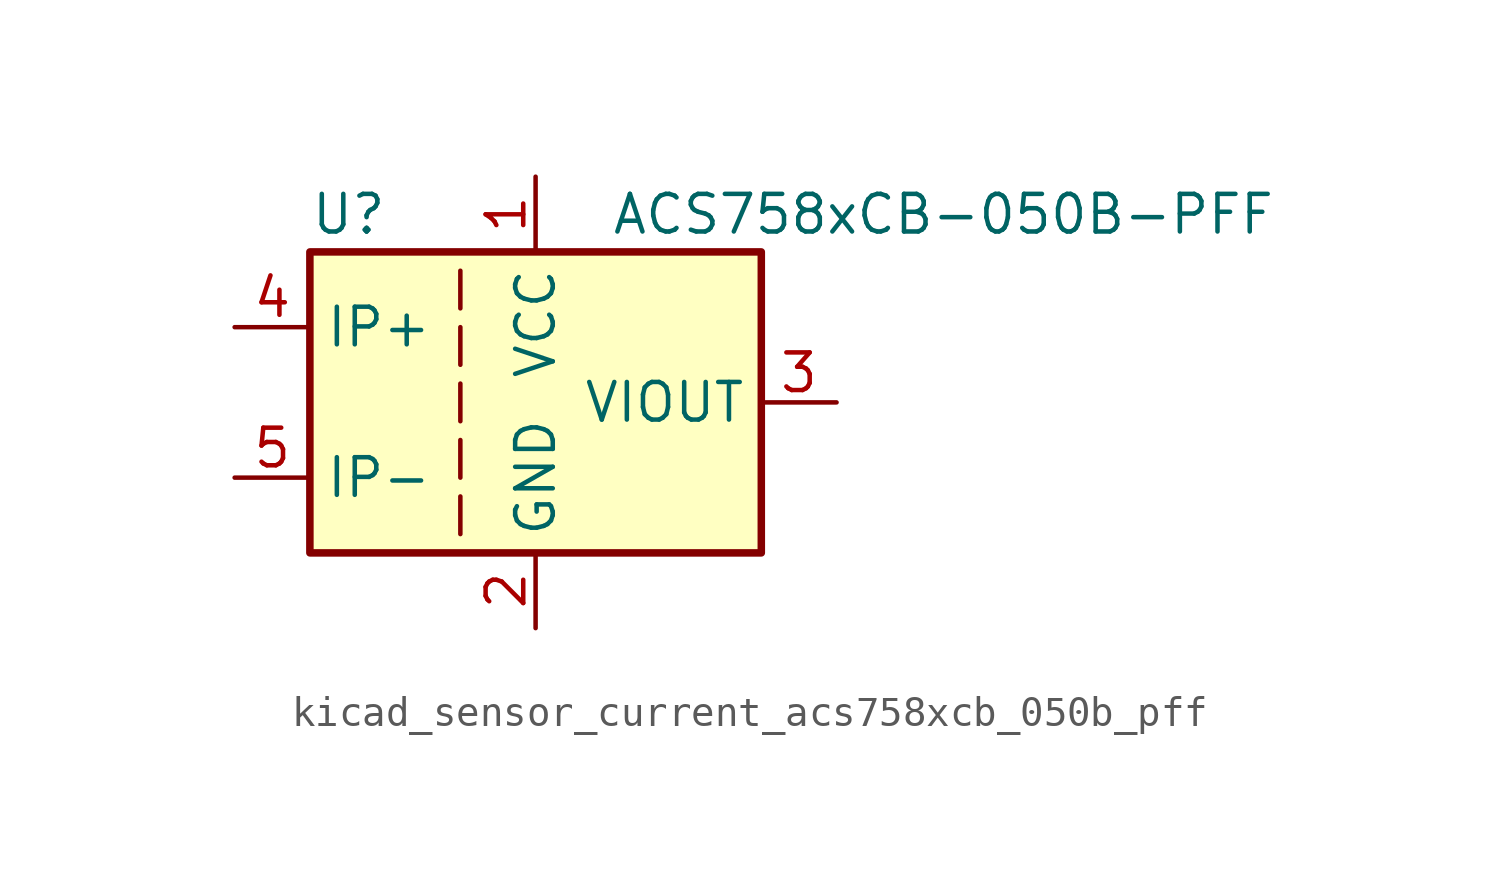
<source format=kicad_sym>
(kicad_symbol_lib
  (version 20220914)
  (generator kicad_symbol_editor)
  (symbol "kicad_sensor_current_acs758xcb_050b_pff"
    (property "Reference" "U"
      (at -7.62 6.35 0)
      (effects (font (size 1.27 1.27)) (justify left)))
    (property "Value" "ACS758xCB-050B-PFF"
      (at 2.54 6.35 0)
      (effects (font (size 1.27 1.27)) (justify left)))
    (symbol "kicad_sensor_current_acs758xcb_050b_pff_0_1"
      (rectangle (start -7.62 5.08) (end 7.62 -5.08) (stroke (width 0.254) (type default)) (fill (type background)))
      (polyline (pts (xy -2.54 -3.175) (xy -2.54 -4.445)) (stroke (width 0) (type default)) (fill (type none)))
      (polyline (pts (xy -2.54 -1.27) (xy -2.54 -2.54)) (stroke (width 0) (type default)) (fill (type none)))
      (polyline (pts (xy -2.54 0.635) (xy -2.54 -0.635)) (stroke (width 0) (type default)) (fill (type none)))
      (polyline (pts (xy -2.54 1.27) (xy -2.54 2.54)) (stroke (width 0) (type default)) (fill (type none)))
      (polyline (pts (xy -2.54 3.175) (xy -2.54 4.445)) (stroke (width 0) (type default)) (fill (type none))))
    (symbol "kicad_sensor_current_acs758xcb_050b_pff_1_1"
      (pin power_in line (at 0 7.62 270) (length 2.54) (name "VCC" (effects (font (size 1.27 1.27)))) (number "1" (effects (font (size 1.27 1.27)))))
      (pin power_in line (at 0 -7.62 90) (length 2.54) (name "GND" (effects (font (size 1.27 1.27)))) (number "2" (effects (font (size 1.27 1.27)))))
      (pin output line (at 10.16 0 180) (length 2.54) (name "VIOUT" (effects (font (size 1.27 1.27)))) (number "3" (effects (font (size 1.27 1.27)))))
      (pin passive line (at -10.16 2.54 0) (length 2.54) (name "IP+" (effects (font (size 1.27 1.27)))) (number "4" (effects (font (size 1.27 1.27)))))
      (pin passive line (at -10.16 -2.54 0) (length 2.54) (name "IP-" (effects (font (size 1.27 1.27)))) (number "5" (effects (font (size 1.27 1.27))))))))
</source>
